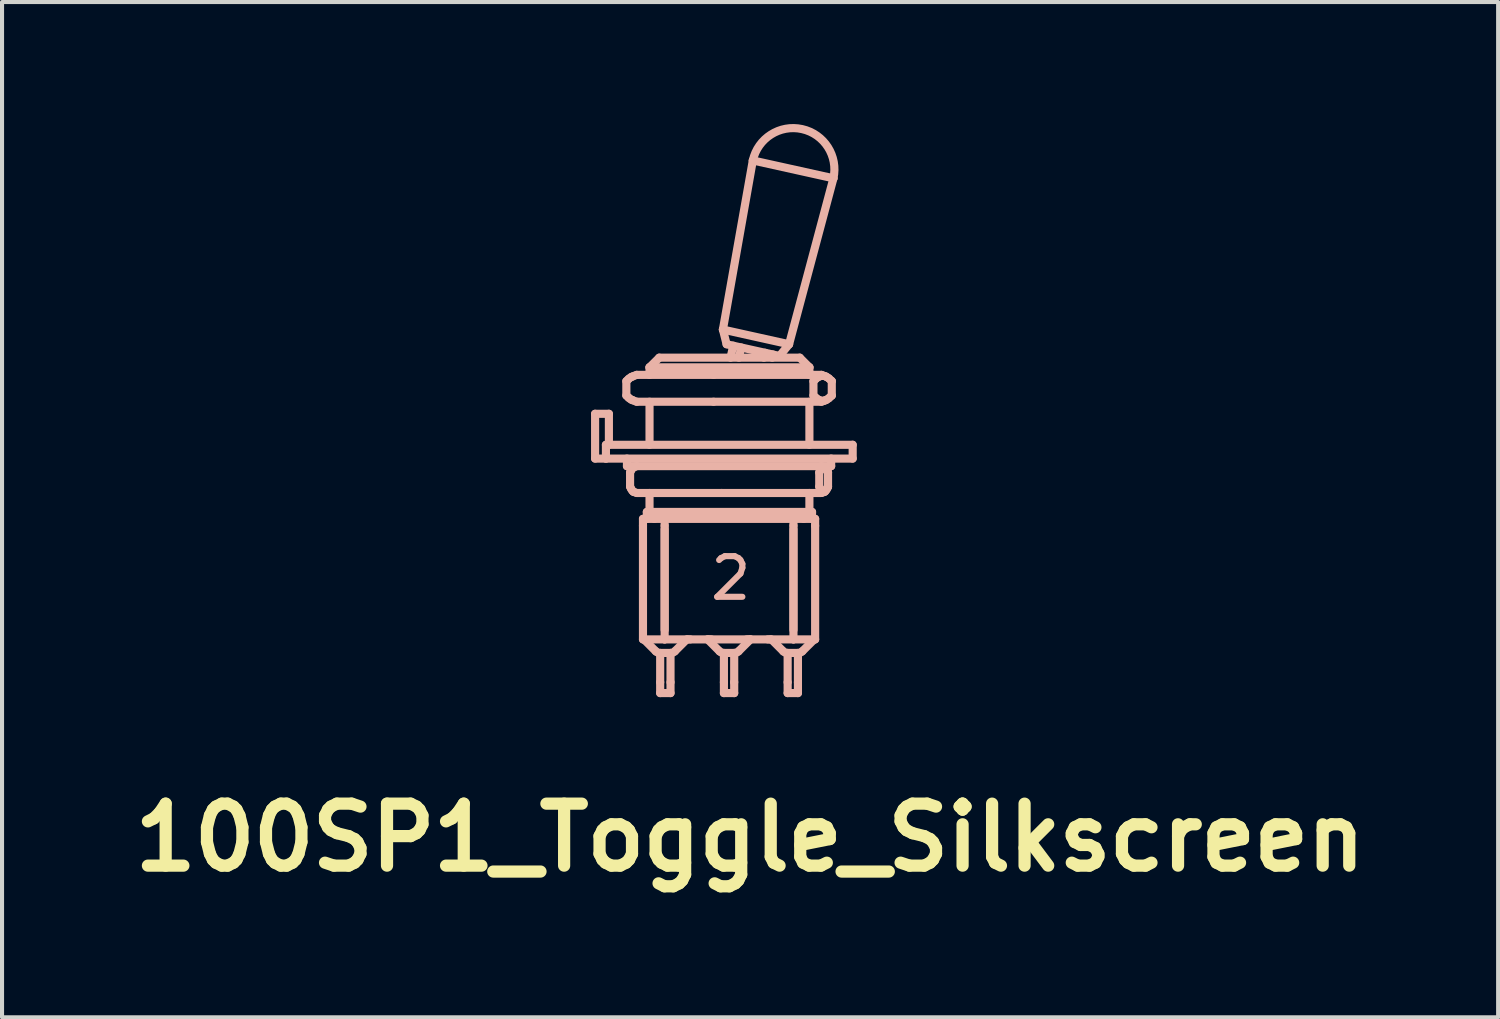
<source format=kicad_pcb>
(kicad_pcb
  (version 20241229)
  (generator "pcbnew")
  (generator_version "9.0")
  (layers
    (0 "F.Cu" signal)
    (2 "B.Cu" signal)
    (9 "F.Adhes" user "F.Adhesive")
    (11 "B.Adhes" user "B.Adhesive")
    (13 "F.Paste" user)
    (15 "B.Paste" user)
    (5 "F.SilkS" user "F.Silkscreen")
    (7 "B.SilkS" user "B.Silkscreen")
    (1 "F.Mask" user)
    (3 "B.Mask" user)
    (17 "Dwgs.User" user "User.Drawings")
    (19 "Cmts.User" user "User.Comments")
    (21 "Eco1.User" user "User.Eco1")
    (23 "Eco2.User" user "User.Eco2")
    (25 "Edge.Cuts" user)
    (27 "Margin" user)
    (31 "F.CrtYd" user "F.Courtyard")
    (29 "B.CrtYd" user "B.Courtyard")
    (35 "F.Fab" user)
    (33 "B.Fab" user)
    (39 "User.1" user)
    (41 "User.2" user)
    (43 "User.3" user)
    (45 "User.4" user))
  (footprint "100SP1_Toggle_Silkscreen"
    (layer "F.Cu")
    (at 15.392 8.394)
    (property "Reference" "100SP1_Toggle_Silkscreen" (at 0 9.15 0) (layer "F.SilkS") (effects (font (size 1.524 1.524) (thickness 0.3))))
    (attr through_hole)
    (fp_line (start -3.81 -1.27) (end -3.81 -0.169) (stroke (width 0.2) (type solid)) (layer "B.SilkS"))
    (fp_line (start -3.81 -1.27) (end -3.471 -1.27) (stroke (width 0.2) (type solid)) (layer "B.SilkS"))
    (fp_line (start -3.81 -0.169) (end -3.544 -0.169) (stroke (width 0.2) (type solid)) (layer "B.SilkS"))
    (fp_line (start -3.544 -0.508) (end -3.544 -0.169) (stroke (width 0.2) (type solid)) (layer "B.SilkS"))
    (fp_line (start -3.544 -0.508) (end 2.523 -0.508) (stroke (width 0.2) (type solid)) (layer "B.SilkS"))
    (fp_line (start -3.544 -0.169) (end 2.523 -0.169) (stroke (width 0.2) (type solid)) (layer "B.SilkS"))
    (fp_line (start -3.471 -1.27) (end -3.471 -0.508) (stroke (width 0.2) (type solid)) (layer "B.SilkS"))
    (fp_line (start -3.042 -2.073) (end -3.042 -1.72) (stroke (width 0.2) (type solid)) (layer "B.SilkS"))
    (fp_line (start -3.027 -0.169) (end -3.027 0.017) (stroke (width 0.2) (type solid)) (layer "B.SilkS"))
    (fp_line (start -3.027 0.017) (end 1.994 0.017) (stroke (width 0.2) (type solid)) (layer "B.SilkS"))
    (fp_line (start -2.95 0.171) (end -2.95 0.523) (stroke (width 0.2) (type solid)) (layer "B.SilkS"))
    (fp_line (start -2.882 -1.601) (end -2.787 -1.566) (stroke (width 0.2) (type solid)) (layer "B.SilkS"))
    (fp_line (start -2.857 0.652) (end -2.787 0.677) (stroke (width 0.2) (type solid)) (layer "B.SilkS"))
    (fp_line (start -2.787 -2.227) (end -2.882 -2.192) (stroke (width 0.2) (type solid)) (layer "B.SilkS"))
    (fp_line (start -2.787 0.017) (end -2.857 0.042) (stroke (width 0.2) (type solid)) (layer "B.SilkS"))
    (fp_line (start -2.633 1.483) (end -2.633 1.313) (stroke (width 0.2) (type solid)) (layer "B.SilkS"))
    (fp_line (start -2.633 4.277) (end -2.633 1.483) (stroke (width 0.2) (type solid)) (layer "B.SilkS"))
    (fp_line (start -2.633 4.277) (end -2.1 4.277) (stroke (width 0.2) (type solid)) (layer "B.SilkS"))
    (fp_line (start -2.538 1.143) (end 1.524 1.143) (stroke (width 0.2) (type solid)) (layer "B.SilkS"))
    (fp_line (start -2.538 1.313) (end -2.538 1.143) (stroke (width 0.2) (type solid)) (layer "B.SilkS"))
    (fp_line (start -2.472 -2.413) (end -2.472 -2.227) (stroke (width 0.2) (type solid)) (layer "B.SilkS"))
    (fp_line (start -2.472 -2.413) (end -2.233 -2.65) (stroke (width 0.2) (type solid)) (layer "B.SilkS"))
    (fp_line (start -2.472 -1.566) (end -2.472 -0.508) (stroke (width 0.2) (type solid)) (layer "B.SilkS"))
    (fp_line (start -2.472 0.677) (end -2.472 1.143) (stroke (width 0.2) (type solid)) (layer "B.SilkS"))
    (fp_line (start -2.352 1.313) (end -2.633 1.313) (stroke (width 0.2) (type solid)) (layer "B.SilkS"))
    (fp_line (start -2.352 1.313) (end 1.319 1.313) (stroke (width 0.2) (type solid)) (layer "B.SilkS"))
    (fp_line (start -2.316 4.571) (end -2.61 4.277) (stroke (width 0.2) (type solid)) (layer "B.SilkS"))
    (fp_line (start -2.221 4.61) (end -1.945 4.61) (stroke (width 0.2) (type solid)) (layer "B.SilkS"))
    (fp_line (start -2.21 5.33) (end -2.21 4.61) (stroke (width 0.2) (type solid)) (layer "B.SilkS"))
    (fp_line (start -2.21 5.597) (end -2.21 5.33) (stroke (width 0.2) (type solid)) (layer "B.SilkS"))
    (fp_line (start -2.21 5.597) (end -1.956 5.597) (stroke (width 0.2) (type solid)) (layer "B.SilkS"))
    (fp_line (start -2.1 1.313) (end -2.1 1.483) (stroke (width 0.2) (type solid)) (layer "B.SilkS"))
    (fp_line (start -2.1 1.483) (end -2.1 4.277) (stroke (width 0.2) (type solid)) (layer "B.SilkS"))
    (fp_line (start -2.1 4.043) (end -2.1 1.567) (stroke (width 0.2) (type solid)) (layer "B.SilkS"))
    (fp_line (start -2.1 4.277) (end -1.533 4.277) (stroke (width 0.2) (type solid)) (layer "B.SilkS"))
    (fp_line (start -1.956 4.61) (end -1.956 5.33) (stroke (width 0.2) (type solid)) (layer "B.SilkS"))
    (fp_line (start -1.956 5.33) (end -1.956 5.597) (stroke (width 0.2) (type solid)) (layer "B.SilkS"))
    (fp_line (start -1.556 4.277) (end -1.851 4.571) (stroke (width 0.2) (type solid)) (layer "B.SilkS"))
    (fp_line (start -1.533 4.277) (end -1.471 4.277) (stroke (width 0.2) (type solid)) (layer "B.SilkS"))
    (fp_line (start -1.471 4.277) (end -1.043 4.277) (stroke (width 0.2) (type solid)) (layer "B.SilkS"))
    (fp_line (start -1.001 4.277) (end -1.043 4.277) (stroke (width 0.2) (type solid)) (layer "B.SilkS"))
    (fp_line (start -1.001 4.277) (end -0.95 4.277) (stroke (width 0.2) (type solid)) (layer "B.SilkS"))
    (fp_line (start -0.95 4.277) (end -0.083 4.277) (stroke (width 0.2) (type solid)) (layer "B.SilkS"))
    (fp_line (start -0.897 -2.227) (end -2.787 -2.227) (stroke (width 0.2) (type solid)) (layer "B.SilkS"))
    (fp_line (start -0.897 -1.566) (end -2.787 -1.566) (stroke (width 0.2) (type solid)) (layer "B.SilkS"))
    (fp_line (start -0.749 4.571) (end -1.043 4.277) (stroke (width 0.2) (type solid)) (layer "B.SilkS"))
    (fp_line (start -0.699 0.677) (end -2.787 0.677) (stroke (width 0.2) (type solid)) (layer "B.SilkS"))
    (fp_line (start -0.668 -3.341) (end -0.577 -2.98) (stroke (width 0.2) (type solid)) (layer "B.SilkS"))
    (fp_line (start -0.668 -3.341) (end 0.959 -2.98) (stroke (width 0.2) (type solid)) (layer "B.SilkS"))
    (fp_line (start -0.655 4.61) (end -0.378 4.61) (stroke (width 0.2) (type solid)) (layer "B.SilkS"))
    (fp_line (start -0.643 5.33) (end -0.643 4.61) (stroke (width 0.2) (type solid)) (layer "B.SilkS"))
    (fp_line (start -0.643 5.597) (end -0.643 5.33) (stroke (width 0.2) (type solid)) (layer "B.SilkS"))
    (fp_line (start -0.643 5.597) (end -0.39 5.597) (stroke (width 0.2) (type solid)) (layer "B.SilkS"))
    (fp_line (start -0.577 -2.98) (end 0.725 -2.691) (stroke (width 0.2) (type solid)) (layer "B.SilkS"))
    (fp_line (start -0.414 -2.944) (end -0.48 -2.65) (stroke (width 0.2) (type solid)) (layer "B.SilkS"))
    (fp_line (start -0.39 4.61) (end -0.39 5.33) (stroke (width 0.2) (type solid)) (layer "B.SilkS"))
    (fp_line (start -0.39 5.33) (end -0.39 5.597) (stroke (width 0.2) (type solid)) (layer "B.SilkS"))
    (fp_line (start -0.219 -2.9) (end -0.275 -2.65) (stroke (width 0.2) (type solid)) (layer "B.SilkS"))
    (fp_line (start -0.032 4.277) (end -0.083 4.277) (stroke (width 0.2) (type solid)) (layer "B.SilkS"))
    (fp_line (start 0.01 4.277) (end -0.284 4.571) (stroke (width 0.2) (type solid)) (layer "B.SilkS"))
    (fp_line (start 0.01 4.277) (end -0.032 4.277) (stroke (width 0.2) (type solid)) (layer "B.SilkS"))
    (fp_line (start 0.01 4.277) (end 0.438 4.277) (stroke (width 0.2) (type solid)) (layer "B.SilkS"))
    (fp_line (start 0.068 -7.499) (end -0.668 -3.341) (stroke (width 0.2) (type solid)) (layer "B.SilkS"))
    (fp_line (start 0.34 -2.65) (end 0.367 -2.771) (stroke (width 0.2) (type solid)) (layer "B.SilkS"))
    (fp_line (start 0.5 4.277) (end 0.438 4.277) (stroke (width 0.2) (type solid)) (layer "B.SilkS"))
    (fp_line (start 0.5 4.277) (end 1.067 4.277) (stroke (width 0.2) (type solid)) (layer "B.SilkS"))
    (fp_line (start 0.545 -2.65) (end 0.562 -2.727) (stroke (width 0.2) (type solid)) (layer "B.SilkS"))
    (fp_line (start 0.725 -2.691) (end 0.959 -2.98) (stroke (width 0.2) (type solid)) (layer "B.SilkS"))
    (fp_line (start 0.818 4.571) (end 0.524 4.277) (stroke (width 0.2) (type solid)) (layer "B.SilkS"))
    (fp_line (start 0.912 4.61) (end 1.188 4.61) (stroke (width 0.2) (type solid)) (layer "B.SilkS"))
    (fp_line (start 0.924 5.33) (end 0.924 4.61) (stroke (width 0.2) (type solid)) (layer "B.SilkS"))
    (fp_line (start 0.924 5.597) (end 0.924 5.33) (stroke (width 0.2) (type solid)) (layer "B.SilkS"))
    (fp_line (start 0.924 5.597) (end 1.177 5.597) (stroke (width 0.2) (type solid)) (layer "B.SilkS"))
    (fp_line (start 0.959 -2.98) (end 2.05 -7.06) (stroke (width 0.2) (type solid)) (layer "B.SilkS"))
    (fp_line (start 1.067 1.483) (end 1.067 1.313) (stroke (width 0.2) (type solid)) (layer "B.SilkS"))
    (fp_line (start 1.067 4.043) (end 1.067 1.567) (stroke (width 0.2) (type solid)) (layer "B.SilkS"))
    (fp_line (start 1.067 4.277) (end 1.067 1.483) (stroke (width 0.2) (type solid)) (layer "B.SilkS"))
    (fp_line (start 1.067 4.277) (end 1.6 4.277) (stroke (width 0.2) (type solid)) (layer "B.SilkS"))
    (fp_line (start 1.177 4.61) (end 1.177 5.33) (stroke (width 0.2) (type solid)) (layer "B.SilkS"))
    (fp_line (start 1.177 5.33) (end 1.177 5.597) (stroke (width 0.2) (type solid)) (layer "B.SilkS"))
    (fp_line (start 1.222 -2.65) (end -2.233 -2.65) (stroke (width 0.2) (type solid)) (layer "B.SilkS"))
    (fp_line (start 1.459 -2.413) (end -2.472 -2.413) (stroke (width 0.2) (type solid)) (layer "B.SilkS"))
    (fp_line (start 1.459 -2.413) (end 1.222 -2.65) (stroke (width 0.2) (type solid)) (layer "B.SilkS"))
    (fp_line (start 1.459 -2.227) (end 1.459 -2.413) (stroke (width 0.2) (type solid)) (layer "B.SilkS"))
    (fp_line (start 1.459 -0.508) (end 1.459 -1.566) (stroke (width 0.2) (type solid)) (layer "B.SilkS"))
    (fp_line (start 1.459 1.143) (end 1.459 0.677) (stroke (width 0.2) (type solid)) (layer "B.SilkS"))
    (fp_line (start 1.524 1.313) (end 1.524 1.143) (stroke (width 0.2) (type solid)) (layer "B.SilkS"))
    (fp_line (start 1.558 -2.073) (end 1.558 -1.72) (stroke (width 0.2) (type solid)) (layer "B.SilkS"))
    (fp_line (start 1.577 4.277) (end 1.283 4.571) (stroke (width 0.2) (type solid)) (layer "B.SilkS"))
    (fp_line (start 1.6 1.313) (end 1.319 1.313) (stroke (width 0.2) (type solid)) (layer "B.SilkS"))
    (fp_line (start 1.6 1.483) (end 1.6 1.313) (stroke (width 0.2) (type solid)) (layer "B.SilkS"))
    (fp_line (start 1.6 4.277) (end 1.6 1.483) (stroke (width 0.2) (type solid)) (layer "B.SilkS"))
    (fp_line (start 1.701 0.171) (end 1.701 0.523) (stroke (width 0.2) (type solid)) (layer "B.SilkS"))
    (fp_line (start 1.754 -2.227) (end -0.897 -2.227) (stroke (width 0.2) (type solid)) (layer "B.SilkS"))
    (fp_line (start 1.754 -1.566) (end -0.897 -1.566) (stroke (width 0.2) (type solid)) (layer "B.SilkS"))
    (fp_line (start 1.754 -1.566) (end 1.85 -1.601) (stroke (width 0.2) (type solid)) (layer "B.SilkS"))
    (fp_line (start 1.754 0.677) (end -0.699 0.677) (stroke (width 0.2) (type solid)) (layer "B.SilkS"))
    (fp_line (start 1.754 0.677) (end 1.824 0.652) (stroke (width 0.2) (type solid)) (layer "B.SilkS"))
    (fp_line (start 1.824 0.042) (end 1.754 0.017) (stroke (width 0.2) (type solid)) (layer "B.SilkS"))
    (fp_line (start 1.85 -2.192) (end 1.754 -2.227) (stroke (width 0.2) (type solid)) (layer "B.SilkS"))
    (fp_line (start 1.917 0.171) (end 1.917 0.523) (stroke (width 0.2) (type solid)) (layer "B.SilkS"))
    (fp_line (start 1.994 0.017) (end 1.994 -0.169) (stroke (width 0.2) (type solid)) (layer "B.SilkS"))
    (fp_line (start 2.009 -2.073) (end 2.009 -1.72) (stroke (width 0.2) (type solid)) (layer "B.SilkS"))
    (fp_line (start 2.05 -7.06) (end 0.068 -7.499) (stroke (width 0.2) (type solid)) (layer "B.SilkS"))
    (fp_line (start 2.523 -0.169) (end 2.523 -0.508) (stroke (width 0.2) (type solid)) (layer "B.SilkS"))
    (fp_arc (start -2.221238 4.609933) (mid -2.272262 4.599784) (end -2.315519 4.570881) (stroke (width 0.2) (type solid)) (layer "B.SilkS"))
    (fp_arc (start -1.850748 4.570881) (mid -1.894004 4.599784) (end -1.945029 4.609934) (stroke (width 0.2) (type solid)) (layer "B.SilkS"))
    (fp_arc (start -0.654572 4.609933) (mid -0.705596 4.599784) (end -0.748853 4.570881) (stroke (width 0.2) (type solid)) (layer "B.SilkS"))
    (fp_arc (start -0.284081 4.570881) (mid -0.327337 4.599784) (end -0.378362 4.609934) (stroke (width 0.2) (type solid)) (layer "B.SilkS"))
    (fp_arc (start 0.067913 -7.498893) (mid 1.278539 -8.270147) (end 2.049793 -7.059521) (stroke (width 0.2) (type solid)) (layer "B.SilkS"))
    (fp_arc (start 0.912095 4.609933) (mid 0.861071 4.599784) (end 0.817814 4.570881) (stroke (width 0.2) (type solid)) (layer "B.SilkS"))
    (fp_arc (start 1.282586 4.570881) (mid 1.23933 4.599784) (end 1.188305 4.609934) (stroke (width 0.2) (type solid)) (layer "B.SilkS"))
    (fp_curve (pts (xy -3.042 -1.72) (xy -3.023 -1.701) (xy -3.004 -1.682) (xy -2.985 -1.665)) (stroke (width 0.2) (type solid)) (layer "B.SilkS"))
    (fp_curve (pts (xy -2.985 -2.128) (xy -3.004 -2.111) (xy -3.023 -2.092) (xy -3.042 -2.073)) (stroke (width 0.2) (type solid)) (layer "B.SilkS"))
    (fp_curve (pts (xy -2.985 -1.665) (xy -2.964 -1.646) (xy -2.942 -1.63) (xy -2.921 -1.619)) (stroke (width 0.2) (type solid)) (layer "B.SilkS"))
    (fp_curve (pts (xy -2.95 0.523) (xy -2.94 0.543) (xy -2.931 0.562) (xy -2.922 0.579)) (stroke (width 0.2) (type solid)) (layer "B.SilkS"))
    (fp_curve (pts (xy -2.922 0.115) (xy -2.931 0.132) (xy -2.94 0.151) (xy -2.95 0.171)) (stroke (width 0.2) (type solid)) (layer "B.SilkS"))
    (fp_curve (pts (xy -2.922 0.579) (xy -2.912 0.597) (xy -2.902 0.612) (xy -2.892 0.624)) (stroke (width 0.2) (type solid)) (layer "B.SilkS"))
    (fp_curve (pts (xy -2.921 -1.619) (xy -2.908 -1.613) (xy -2.895 -1.609) (xy -2.882 -1.604)) (stroke (width 0.2) (type solid)) (layer "B.SilkS"))
    (fp_curve (pts (xy -2.919 -2.175) (xy -2.941 -2.164) (xy -2.963 -2.148) (xy -2.985 -2.128)) (stroke (width 0.2) (type solid)) (layer "B.SilkS"))
    (fp_curve (pts (xy -2.892 0.624) (xy -2.882 0.637) (xy -2.871 0.648) (xy -2.861 0.65)) (stroke (width 0.2) (type solid)) (layer "B.SilkS"))
    (fp_curve (pts (xy -2.891 0.069) (xy -2.901 0.082) (xy -2.912 0.097) (xy -2.922 0.115)) (stroke (width 0.2) (type solid)) (layer "B.SilkS"))
    (fp_curve (pts (xy -2.882 -2.189) (xy -2.895 -2.185) (xy -2.907 -2.18) (xy -2.919 -2.175)) (stroke (width 0.2) (type solid)) (layer "B.SilkS"))
    (fp_curve (pts (xy -2.861 0.65) (xy -2.86 0.65) (xy -2.858 0.65) (xy -2.857 0.65)) (stroke (width 0.2) (type solid)) (layer "B.SilkS"))
    (fp_curve (pts (xy -2.859 0.044) (xy -2.87 0.045) (xy -2.88 0.056) (xy -2.891 0.069)) (stroke (width 0.2) (type solid)) (layer "B.SilkS"))
    (fp_curve (pts (xy -2.857 0.044) (xy -2.858 0.044) (xy -2.858 0.044) (xy -2.859 0.044)) (stroke (width 0.2) (type solid)) (layer "B.SilkS"))
    (fp_curve (pts (xy 1.558 -2.073) (xy 1.577 -2.092) (xy 1.596 -2.112) (xy 1.615 -2.128)) (stroke (width 0.2) (type solid)) (layer "B.SilkS"))
    (fp_curve (pts (xy 1.615 -2.128) (xy 1.636 -2.147) (xy 1.657 -2.162) (xy 1.678 -2.174)) (stroke (width 0.2) (type solid)) (layer "B.SilkS"))
    (fp_curve (pts (xy 1.615 -1.665) (xy 1.596 -1.681) (xy 1.577 -1.701) (xy 1.558 -1.72)) (stroke (width 0.2) (type solid)) (layer "B.SilkS"))
    (fp_curve (pts (xy 1.678 -2.174) (xy 1.7 -2.185) (xy 1.721 -2.194) (xy 1.742 -2.199)) (stroke (width 0.2) (type solid)) (layer "B.SilkS"))
    (fp_curve (pts (xy 1.68 -1.619) (xy 1.658 -1.63) (xy 1.636 -1.646) (xy 1.615 -1.665)) (stroke (width 0.2) (type solid)) (layer "B.SilkS"))
    (fp_curve (pts (xy 1.701 0.171) (xy 1.71 0.152) (xy 1.719 0.132) (xy 1.728 0.115)) (stroke (width 0.2) (type solid)) (layer "B.SilkS"))
    (fp_curve (pts (xy 1.728 0.115) (xy 1.738 0.097) (xy 1.748 0.082) (xy 1.758 0.07)) (stroke (width 0.2) (type solid)) (layer "B.SilkS"))
    (fp_curve (pts (xy 1.728 0.579) (xy 1.719 0.562) (xy 1.71 0.543) (xy 1.701 0.523)) (stroke (width 0.2) (type solid)) (layer "B.SilkS"))
    (fp_curve (pts (xy 1.742 -2.199) (xy 1.764 -2.204) (xy 1.785 -2.205) (xy 1.806 -2.203)) (stroke (width 0.2) (type solid)) (layer "B.SilkS"))
    (fp_curve (pts (xy 1.746 -1.593) (xy 1.724 -1.598) (xy 1.702 -1.607) (xy 1.68 -1.619)) (stroke (width 0.2) (type solid)) (layer "B.SilkS"))
    (fp_curve (pts (xy 1.758 0.07) (xy 1.769 0.058) (xy 1.779 0.05) (xy 1.789 0.045)) (stroke (width 0.2) (type solid)) (layer "B.SilkS"))
    (fp_curve (pts (xy 1.759 0.625) (xy 1.749 0.613) (xy 1.738 0.598) (xy 1.728 0.579)) (stroke (width 0.2) (type solid)) (layer "B.SilkS"))
    (fp_curve (pts (xy 1.789 0.045) (xy 1.799 0.04) (xy 1.809 0.038) (xy 1.82 0.041)) (stroke (width 0.2) (type solid)) (layer "B.SilkS"))
    (fp_curve (pts (xy 1.791 0.65) (xy 1.78 0.646) (xy 1.77 0.637) (xy 1.759 0.625)) (stroke (width 0.2) (type solid)) (layer "B.SilkS"))
    (fp_curve (pts (xy 1.806 -2.203) (xy 1.828 -2.2) (xy 1.85 -2.193) (xy 1.872 -2.182)) (stroke (width 0.2) (type solid)) (layer "B.SilkS"))
    (fp_curve (pts (xy 1.812 -1.591) (xy 1.79 -1.588) (xy 1.768 -1.589) (xy 1.746 -1.593)) (stroke (width 0.2) (type solid)) (layer "B.SilkS"))
    (fp_curve (pts (xy 1.82 0.041) (xy 1.83 0.044) (xy 1.841 0.051) (xy 1.851 0.062)) (stroke (width 0.2) (type solid)) (layer "B.SilkS"))
    (fp_curve (pts (xy 1.822 0.652) (xy 1.812 0.656) (xy 1.801 0.655) (xy 1.791 0.65)) (stroke (width 0.2) (type solid)) (layer "B.SilkS"))
    (fp_curve (pts (xy 1.851 0.062) (xy 1.862 0.072) (xy 1.872 0.087) (xy 1.883 0.104)) (stroke (width 0.2) (type solid)) (layer "B.SilkS"))
    (fp_curve (pts (xy 1.853 0.631) (xy 1.843 0.642) (xy 1.832 0.649) (xy 1.822 0.652)) (stroke (width 0.2) (type solid)) (layer "B.SilkS"))
    (fp_curve (pts (xy 1.872 -2.182) (xy 1.894 -2.171) (xy 1.916 -2.157) (xy 1.938 -2.14)) (stroke (width 0.2) (type solid)) (layer "B.SilkS"))
    (fp_curve (pts (xy 1.876 -1.613) (xy 1.854 -1.602) (xy 1.833 -1.595) (xy 1.812 -1.591)) (stroke (width 0.2) (type solid)) (layer "B.SilkS"))
    (fp_curve (pts (xy 1.883 0.104) (xy 1.893 0.121) (xy 1.903 0.142) (xy 1.914 0.165)) (stroke (width 0.2) (type solid)) (layer "B.SilkS"))
    (fp_curve (pts (xy 1.883 0.589) (xy 1.873 0.606) (xy 1.863 0.62) (xy 1.853 0.631)) (stroke (width 0.2) (type solid)) (layer "B.SilkS"))
    (fp_curve (pts (xy 1.914 0.165) (xy 1.915 0.167) (xy 1.916 0.169) (xy 1.917 0.171)) (stroke (width 0.2) (type solid)) (layer "B.SilkS"))
    (fp_curve (pts (xy 1.914 0.53) (xy 1.904 0.552) (xy 1.894 0.572) (xy 1.883 0.589)) (stroke (width 0.2) (type solid)) (layer "B.SilkS"))
    (fp_curve (pts (xy 1.917 0.523) (xy 1.916 0.525) (xy 1.915 0.527) (xy 1.914 0.53)) (stroke (width 0.2) (type solid)) (layer "B.SilkS"))
    (fp_curve (pts (xy 1.938 -2.14) (xy 1.959 -2.122) (xy 1.981 -2.102) (xy 2.003 -2.079)) (stroke (width 0.2) (type solid)) (layer "B.SilkS"))
    (fp_curve (pts (xy 1.939 -1.655) (xy 1.918 -1.638) (xy 1.897 -1.623) (xy 1.876 -1.613)) (stroke (width 0.2) (type solid)) (layer "B.SilkS"))
    (fp_curve (pts (xy 2.003 -2.079) (xy 2.005 -2.077) (xy 2.007 -2.075) (xy 2.009 -2.073)) (stroke (width 0.2) (type solid)) (layer "B.SilkS"))
    (fp_curve (pts (xy 2.003 -1.714) (xy 1.982 -1.692) (xy 1.961 -1.672) (xy 1.939 -1.655)) (stroke (width 0.2) (type solid)) (layer "B.SilkS"))
    (fp_curve (pts (xy 2.009 -1.72) (xy 2.007 -1.718) (xy 2.005 -1.716) (xy 2.003 -1.714)) (stroke (width 0.2) (type solid)) (layer "B.SilkS"))
    (fp_text user "2" (at -0.475 2.775 0) (layer "B.SilkS") (effects (font (size 1 1) (thickness 0.15)))))
  (gr_rect
    (start -3 -3)
    (end 33.785 21.962)
    (stroke (width 0.1) (type default))
    (fill no)
    (layer "Edge.Cuts")))
</source>
